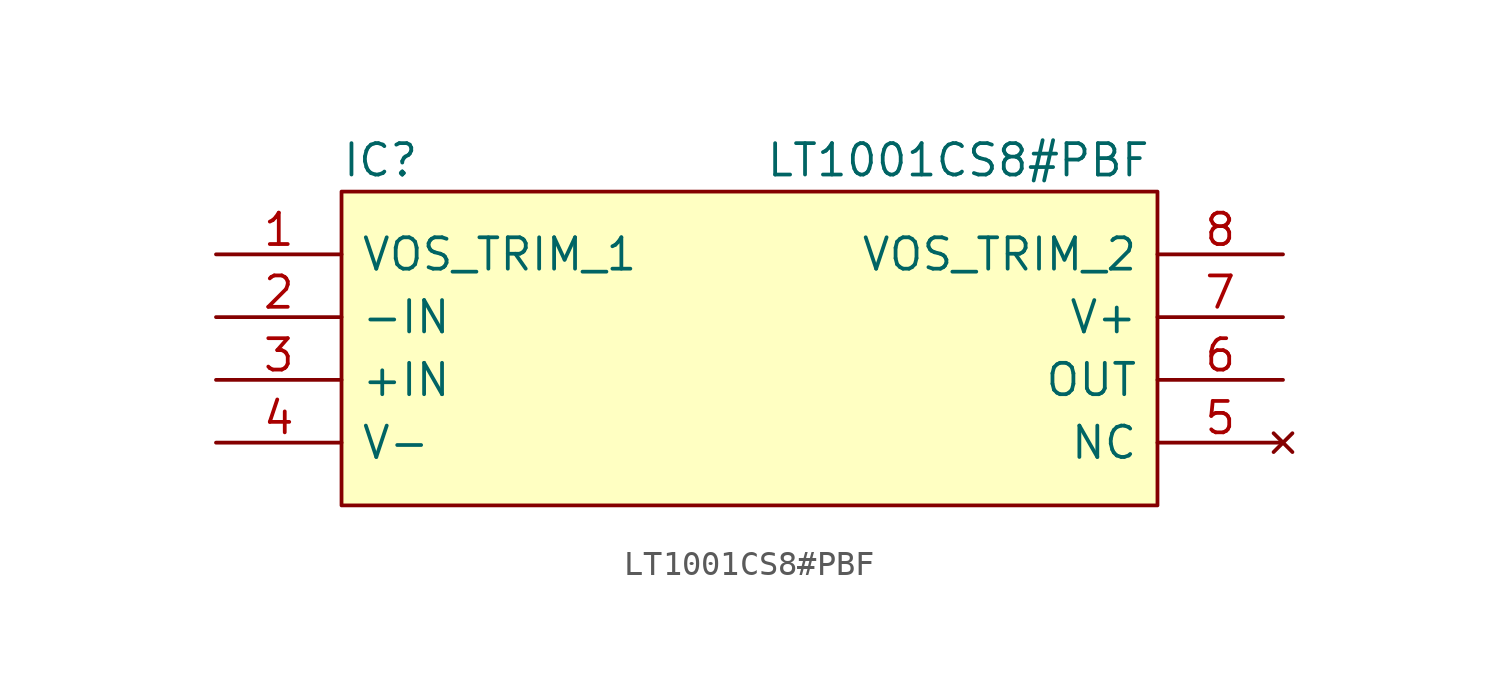
<source format=kicad_sym>
(kicad_symbol_lib
  (version 20211014)
  (generator kicad_symbol_editor)
  (symbol "LT1001CS8#PBF"
    (pin_names
      (offset 0.762))
    (property "Reference" "IC"
      (at -15.24 6.35 0)
      (effects (font (size 1.27 1.27)) (justify left)))
    (property "Value" "LT1001CS8#PBF"
      (at 1.905 6.35 0)
      (effects (font (size 1.27 1.27)) (justify left)))
    (symbol "LT1001CS8#PBF_0_0"
      (pin passive line (at -20.32 2.54 0) (length 5.08) (name "VOS_TRIM_1" (effects (font (size 1.27 1.27)))) (number "1" (effects (font (size 1.27 1.27)))))
      (pin passive line (at -20.32 0 0) (length 5.08) (name "-IN" (effects (font (size 1.27 1.27)))) (number "2" (effects (font (size 1.27 1.27)))))
      (pin passive line (at -20.32 -2.54 0) (length 5.08) (name "+IN" (effects (font (size 1.27 1.27)))) (number "3" (effects (font (size 1.27 1.27)))))
      (pin passive line (at -20.32 -5.08 0) (length 5.08) (name "V-" (effects (font (size 1.27 1.27)))) (number "4" (effects (font (size 1.27 1.27)))))
      (pin no_connect line (at 22.86 -5.08 180) (length 5.08) (name "NC" (effects (font (size 1.27 1.27)))) (number "5" (effects (font (size 1.27 1.27)))))
      (pin passive line (at 22.86 -2.54 180) (length 5.08) (name "OUT" (effects (font (size 1.27 1.27)))) (number "6" (effects (font (size 1.27 1.27)))))
      (pin passive line (at 22.86 0 180) (length 5.08) (name "V+" (effects (font (size 1.27 1.27)))) (number "7" (effects (font (size 1.27 1.27)))))
      (pin passive line (at 22.86 2.54 180) (length 5.08) (name "VOS_TRIM_2" (effects (font (size 1.27 1.27)))) (number "8" (effects (font (size 1.27 1.27))))))
    (symbol "LT1001CS8#PBF_0_1"
      (rectangle (start -15.24 5.08) (end 17.78 -7.62) (stroke (width 0) (type default) (color 0 0 0 0)) (fill (type background))))))
</source>
